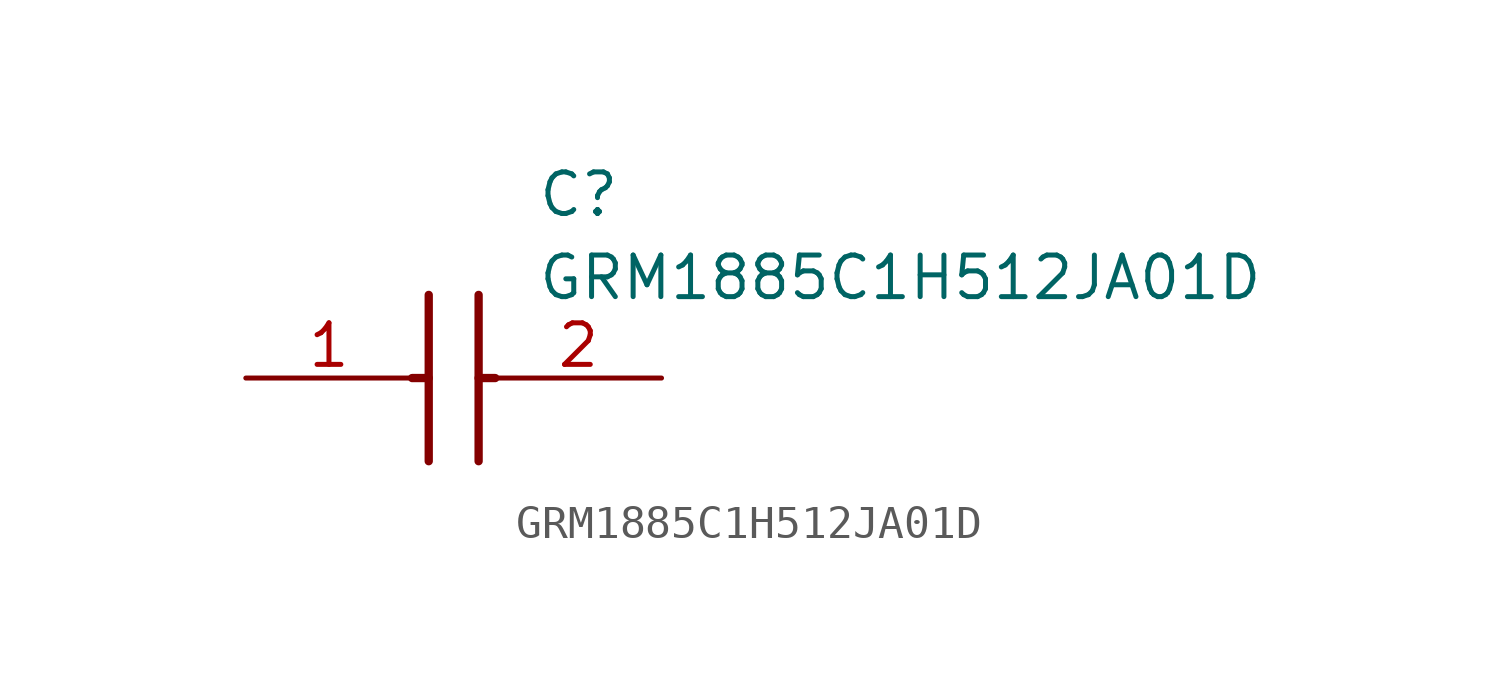
<source format=kicad_sym>
(kicad_symbol_lib
  (version 20211014)
  (generator SamacSys_ECAD_Model)
  (symbol "GRM1885C1H512JA01D"
    (pin_names hide)
    (property "Reference" "C"
      (at 8.89 6.35 0)
      (effects (font (size 1.27 1.27)) (justify left top)))
    (property "Value" "GRM1885C1H512JA01D"
      (at 8.89 3.81 0)
      (effects (font (size 1.27 1.27)) (justify left top)))
    (polyline
      (pts (xy 5.588 2.54) (xy 5.588 -2.54))
      (stroke (width 0.254) (type default))
      (fill (type none)))
    (polyline
      (pts (xy 7.112 2.54) (xy 7.112 -2.54))
      (stroke (width 0.254) (type default))
      (fill (type none)))
    (polyline
      (pts (xy 5.08 0) (xy 5.588 0))
      (stroke (width 0.254) (type default))
      (fill (type none)))
    (polyline
      (pts (xy 7.112 0) (xy 7.62 0))
      (stroke (width 0.254) (type default))
      (fill (type none)))
    (pin passive line
      (at 0 0 0)
      (length 5.08)
      (name "1" (effects (font (size 1.27 1.27))))
      (number "1" (effects (font (size 1.27 1.27)))))
    (pin passive line
      (at 12.7 0 180)
      (length 5.08)
      (name "2" (effects (font (size 1.27 1.27))))
      (number "2" (effects (font (size 1.27 1.27)))))))
</source>
